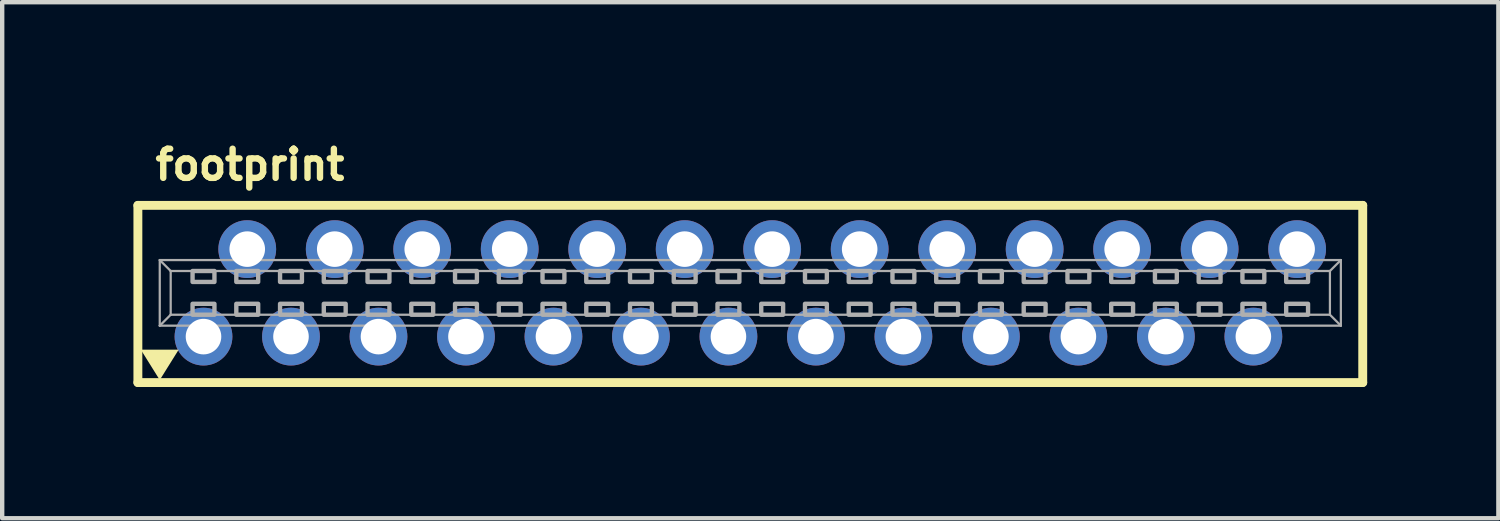
<source format=kicad_pcb>
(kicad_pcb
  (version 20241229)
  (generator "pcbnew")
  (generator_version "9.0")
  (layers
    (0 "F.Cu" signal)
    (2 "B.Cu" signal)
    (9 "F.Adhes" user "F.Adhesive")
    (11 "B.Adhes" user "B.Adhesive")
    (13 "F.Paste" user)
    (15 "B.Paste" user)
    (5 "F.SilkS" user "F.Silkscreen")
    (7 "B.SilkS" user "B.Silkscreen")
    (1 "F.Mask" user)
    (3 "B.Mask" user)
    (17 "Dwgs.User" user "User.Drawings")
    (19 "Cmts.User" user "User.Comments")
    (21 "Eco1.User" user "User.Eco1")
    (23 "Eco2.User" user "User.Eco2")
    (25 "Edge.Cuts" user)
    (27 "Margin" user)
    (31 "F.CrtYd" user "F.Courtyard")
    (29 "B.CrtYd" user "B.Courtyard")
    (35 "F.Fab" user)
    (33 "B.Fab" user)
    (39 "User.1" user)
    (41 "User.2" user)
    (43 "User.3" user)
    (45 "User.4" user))
  (footprint "footprint"
    (layer "F.Cu")
    (at 14.102 3.645)
    (property "Reference" "footprint" (at -13.675 -2.54 0) (layer "F.SilkS") (effects (font (size 0.666 0.666) (thickness 0.146)) (justify left bottom)))
    (fp_line (start -14 -2) (end -14 2.05) (stroke (width 0.203) (type solid)) (layer "F.SilkS"))
    (fp_line (start -14 2.05) (end 14 2.05) (stroke (width 0.203) (type solid)) (layer "F.SilkS"))
    (fp_line (start 14 -2) (end -14 -2) (stroke (width 0.203) (type solid)) (layer "F.SilkS"))
    (fp_line (start 14 -2) (end 14 2.05) (stroke (width 0.203) (type solid)) (layer "F.SilkS"))
    (fp_poly (pts (xy -13.5 1.992) (xy -13.933 1.298) (xy -13.067 1.298)) (stroke (width 0) (type solid)) (fill yes) (layer "F.SilkS"))
    (fp_line (start -13.5 -0.75) (end 13.5 -0.75) (stroke (width 0.051) (type solid)) (layer "F.Fab"))
    (fp_line (start -13.5 0.75) (end -13.5 -0.75) (stroke (width 0.051) (type solid)) (layer "F.Fab"))
    (fp_line (start -13.25 -0.5) (end -13.5 -0.75) (stroke (width 0.051) (type solid)) (layer "F.Fab"))
    (fp_line (start -13.25 -0.5) (end 13.25 -0.5) (stroke (width 0.051) (type solid)) (layer "F.Fab"))
    (fp_line (start -13.25 0.5) (end -13.5 0.75) (stroke (width 0.051) (type solid)) (layer "F.Fab"))
    (fp_line (start -13.25 0.5) (end -13.25 -0.5) (stroke (width 0.051) (type solid)) (layer "F.Fab"))
    (fp_line (start 13.25 -0.5) (end 13.25 0.5) (stroke (width 0.051) (type solid)) (layer "F.Fab"))
    (fp_line (start 13.25 -0.5) (end 13.5 -0.75) (stroke (width 0.051) (type solid)) (layer "F.Fab"))
    (fp_line (start 13.25 0.5) (end -13.25 0.5) (stroke (width 0.051) (type solid)) (layer "F.Fab"))
    (fp_line (start 13.25 0.5) (end 13.5 0.75) (stroke (width 0.051) (type solid)) (layer "F.Fab"))
    (fp_line (start 13.5 -0.75) (end 13.5 0.75) (stroke (width 0.051) (type solid)) (layer "F.Fab"))
    (fp_line (start 13.5 0.75) (end -13.5 0.75) (stroke (width 0.051) (type solid)) (layer "F.Fab"))
    (fp_poly (pts (xy -12.75 -0.25) (xy -12.25 -0.25) (xy -12.25 -0.5) (xy -12.75 -0.5)) (stroke (width 0.1) (type solid)) (fill no) (layer "F.Fab"))
    (fp_poly (pts (xy -12.75 0.5) (xy -12.25 0.5) (xy -12.25 0.25) (xy -12.75 0.25)) (stroke (width 0.1) (type solid)) (fill no) (layer "F.Fab"))
    (fp_poly (pts (xy -11.75 -0.25) (xy -11.25 -0.25) (xy -11.25 -0.5) (xy -11.75 -0.5)) (stroke (width 0.1) (type solid)) (fill no) (layer "F.Fab"))
    (fp_poly (pts (xy -11.75 0.5) (xy -11.25 0.5) (xy -11.25 0.25) (xy -11.75 0.25)) (stroke (width 0.1) (type solid)) (fill no) (layer "F.Fab"))
    (fp_poly (pts (xy -10.75 -0.25) (xy -10.25 -0.25) (xy -10.25 -0.5) (xy -10.75 -0.5)) (stroke (width 0.1) (type solid)) (fill no) (layer "F.Fab"))
    (fp_poly (pts (xy -10.75 0.5) (xy -10.25 0.5) (xy -10.25 0.25) (xy -10.75 0.25)) (stroke (width 0.1) (type solid)) (fill no) (layer "F.Fab"))
    (fp_poly (pts (xy -9.75 -0.25) (xy -9.25 -0.25) (xy -9.25 -0.5) (xy -9.75 -0.5)) (stroke (width 0.1) (type solid)) (fill no) (layer "F.Fab"))
    (fp_poly (pts (xy -9.75 0.5) (xy -9.25 0.5) (xy -9.25 0.25) (xy -9.75 0.25)) (stroke (width 0.1) (type solid)) (fill no) (layer "F.Fab"))
    (fp_poly (pts (xy -8.75 -0.25) (xy -8.25 -0.25) (xy -8.25 -0.5) (xy -8.75 -0.5)) (stroke (width 0.1) (type solid)) (fill no) (layer "F.Fab"))
    (fp_poly (pts (xy -8.75 0.5) (xy -8.25 0.5) (xy -8.25 0.25) (xy -8.75 0.25)) (stroke (width 0.1) (type solid)) (fill no) (layer "F.Fab"))
    (fp_poly (pts (xy -7.75 -0.25) (xy -7.25 -0.25) (xy -7.25 -0.5) (xy -7.75 -0.5)) (stroke (width 0.1) (type solid)) (fill no) (layer "F.Fab"))
    (fp_poly (pts (xy -7.75 0.5) (xy -7.25 0.5) (xy -7.25 0.25) (xy -7.75 0.25)) (stroke (width 0.1) (type solid)) (fill no) (layer "F.Fab"))
    (fp_poly (pts (xy -6.75 -0.25) (xy -6.25 -0.25) (xy -6.25 -0.5) (xy -6.75 -0.5)) (stroke (width 0.1) (type solid)) (fill no) (layer "F.Fab"))
    (fp_poly (pts (xy -6.75 0.5) (xy -6.25 0.5) (xy -6.25 0.25) (xy -6.75 0.25)) (stroke (width 0.1) (type solid)) (fill no) (layer "F.Fab"))
    (fp_poly (pts (xy -5.75 -0.25) (xy -5.25 -0.25) (xy -5.25 -0.5) (xy -5.75 -0.5)) (stroke (width 0.1) (type solid)) (fill no) (layer "F.Fab"))
    (fp_poly (pts (xy -5.75 0.5) (xy -5.25 0.5) (xy -5.25 0.25) (xy -5.75 0.25)) (stroke (width 0.1) (type solid)) (fill no) (layer "F.Fab"))
    (fp_poly (pts (xy -4.75 -0.25) (xy -4.25 -0.25) (xy -4.25 -0.5) (xy -4.75 -0.5)) (stroke (width 0.1) (type solid)) (fill no) (layer "F.Fab"))
    (fp_poly (pts (xy -4.75 0.5) (xy -4.25 0.5) (xy -4.25 0.25) (xy -4.75 0.25)) (stroke (width 0.1) (type solid)) (fill no) (layer "F.Fab"))
    (fp_poly (pts (xy -3.75 -0.25) (xy -3.25 -0.25) (xy -3.25 -0.5) (xy -3.75 -0.5)) (stroke (width 0.1) (type solid)) (fill no) (layer "F.Fab"))
    (fp_poly (pts (xy -3.75 0.5) (xy -3.25 0.5) (xy -3.25 0.25) (xy -3.75 0.25)) (stroke (width 0.1) (type solid)) (fill no) (layer "F.Fab"))
    (fp_poly (pts (xy -2.75 -0.25) (xy -2.25 -0.25) (xy -2.25 -0.5) (xy -2.75 -0.5)) (stroke (width 0.1) (type solid)) (fill no) (layer "F.Fab"))
    (fp_poly (pts (xy -2.75 0.5) (xy -2.25 0.5) (xy -2.25 0.25) (xy -2.75 0.25)) (stroke (width 0.1) (type solid)) (fill no) (layer "F.Fab"))
    (fp_poly (pts (xy -1.75 -0.25) (xy -1.25 -0.25) (xy -1.25 -0.5) (xy -1.75 -0.5)) (stroke (width 0.1) (type solid)) (fill no) (layer "F.Fab"))
    (fp_poly (pts (xy -1.75 0.5) (xy -1.25 0.5) (xy -1.25 0.25) (xy -1.75 0.25)) (stroke (width 0.1) (type solid)) (fill no) (layer "F.Fab"))
    (fp_poly (pts (xy -0.75 -0.25) (xy -0.25 -0.25) (xy -0.25 -0.5) (xy -0.75 -0.5)) (stroke (width 0.1) (type solid)) (fill no) (layer "F.Fab"))
    (fp_poly (pts (xy -0.75 0.5) (xy -0.25 0.5) (xy -0.25 0.25) (xy -0.75 0.25)) (stroke (width 0.1) (type solid)) (fill no) (layer "F.Fab"))
    (fp_poly (pts (xy 0.25 -0.25) (xy 0.75 -0.25) (xy 0.75 -0.5) (xy 0.25 -0.5)) (stroke (width 0.1) (type solid)) (fill no) (layer "F.Fab"))
    (fp_poly (pts (xy 0.25 0.5) (xy 0.75 0.5) (xy 0.75 0.25) (xy 0.25 0.25)) (stroke (width 0.1) (type solid)) (fill no) (layer "F.Fab"))
    (fp_poly (pts (xy 1.25 -0.25) (xy 1.75 -0.25) (xy 1.75 -0.5) (xy 1.25 -0.5)) (stroke (width 0.1) (type solid)) (fill no) (layer "F.Fab"))
    (fp_poly (pts (xy 1.25 0.5) (xy 1.75 0.5) (xy 1.75 0.25) (xy 1.25 0.25)) (stroke (width 0.1) (type solid)) (fill no) (layer "F.Fab"))
    (fp_poly (pts (xy 2.25 -0.25) (xy 2.75 -0.25) (xy 2.75 -0.5) (xy 2.25 -0.5)) (stroke (width 0.1) (type solid)) (fill no) (layer "F.Fab"))
    (fp_poly (pts (xy 2.25 0.5) (xy 2.75 0.5) (xy 2.75 0.25) (xy 2.25 0.25)) (stroke (width 0.1) (type solid)) (fill no) (layer "F.Fab"))
    (fp_poly (pts (xy 3.25 -0.25) (xy 3.75 -0.25) (xy 3.75 -0.5) (xy 3.25 -0.5)) (stroke (width 0.1) (type solid)) (fill no) (layer "F.Fab"))
    (fp_poly (pts (xy 3.25 0.5) (xy 3.75 0.5) (xy 3.75 0.25) (xy 3.25 0.25)) (stroke (width 0.1) (type solid)) (fill no) (layer "F.Fab"))
    (fp_poly (pts (xy 4.25 -0.25) (xy 4.75 -0.25) (xy 4.75 -0.5) (xy 4.25 -0.5)) (stroke (width 0.1) (type solid)) (fill no) (layer "F.Fab"))
    (fp_poly (pts (xy 4.25 0.5) (xy 4.75 0.5) (xy 4.75 0.25) (xy 4.25 0.25)) (stroke (width 0.1) (type solid)) (fill no) (layer "F.Fab"))
    (fp_poly (pts (xy 5.25 -0.25) (xy 5.75 -0.25) (xy 5.75 -0.5) (xy 5.25 -0.5)) (stroke (width 0.1) (type solid)) (fill no) (layer "F.Fab"))
    (fp_poly (pts (xy 5.25 0.5) (xy 5.75 0.5) (xy 5.75 0.25) (xy 5.25 0.25)) (stroke (width 0.1) (type solid)) (fill no) (layer "F.Fab"))
    (fp_poly (pts (xy 6.25 -0.25) (xy 6.75 -0.25) (xy 6.75 -0.5) (xy 6.25 -0.5)) (stroke (width 0.1) (type solid)) (fill no) (layer "F.Fab"))
    (fp_poly (pts (xy 6.25 0.5) (xy 6.75 0.5) (xy 6.75 0.25) (xy 6.25 0.25)) (stroke (width 0.1) (type solid)) (fill no) (layer "F.Fab"))
    (fp_poly (pts (xy 7.25 -0.25) (xy 7.75 -0.25) (xy 7.75 -0.5) (xy 7.25 -0.5)) (stroke (width 0.1) (type solid)) (fill no) (layer "F.Fab"))
    (fp_poly (pts (xy 7.25 0.5) (xy 7.75 0.5) (xy 7.75 0.25) (xy 7.25 0.25)) (stroke (width 0.1) (type solid)) (fill no) (layer "F.Fab"))
    (fp_poly (pts (xy 8.25 -0.25) (xy 8.75 -0.25) (xy 8.75 -0.5) (xy 8.25 -0.5)) (stroke (width 0.1) (type solid)) (fill no) (layer "F.Fab"))
    (fp_poly (pts (xy 8.25 0.5) (xy 8.75 0.5) (xy 8.75 0.25) (xy 8.25 0.25)) (stroke (width 0.1) (type solid)) (fill no) (layer "F.Fab"))
    (fp_poly (pts (xy 9.25 -0.25) (xy 9.75 -0.25) (xy 9.75 -0.5) (xy 9.25 -0.5)) (stroke (width 0.1) (type solid)) (fill no) (layer "F.Fab"))
    (fp_poly (pts (xy 9.25 0.5) (xy 9.75 0.5) (xy 9.75 0.25) (xy 9.25 0.25)) (stroke (width 0.1) (type solid)) (fill no) (layer "F.Fab"))
    (fp_poly (pts (xy 10.25 -0.25) (xy 10.75 -0.25) (xy 10.75 -0.5) (xy 10.25 -0.5)) (stroke (width 0.1) (type solid)) (fill no) (layer "F.Fab"))
    (fp_poly (pts (xy 10.25 0.5) (xy 10.75 0.5) (xy 10.75 0.25) (xy 10.25 0.25)) (stroke (width 0.1) (type solid)) (fill no) (layer "F.Fab"))
    (fp_poly (pts (xy 11.25 -0.25) (xy 11.75 -0.25) (xy 11.75 -0.5) (xy 11.25 -0.5)) (stroke (width 0.1) (type solid)) (fill no) (layer "F.Fab"))
    (fp_poly (pts (xy 11.25 0.5) (xy 11.75 0.5) (xy 11.75 0.25) (xy 11.25 0.25)) (stroke (width 0.1) (type solid)) (fill no) (layer "F.Fab"))
    (fp_poly (pts (xy 12.25 -0.25) (xy 12.75 -0.25) (xy 12.75 -0.5) (xy 12.25 -0.5)) (stroke (width 0.1) (type solid)) (fill no) (layer "F.Fab"))
    (fp_poly (pts (xy 12.25 0.5) (xy 12.75 0.5) (xy 12.75 0.25) (xy 12.25 0.25)) (stroke (width 0.1) (type solid)) (fill no) (layer "F.Fab"))
    (pad "1" thru_hole circle (at -12.5 1) (size 1.321 1.321) (drill 0.813) (layers "*.Cu" "*.Mask"))
    (pad "2" thru_hole circle (at -11.5 -1) (size 1.321 1.321) (drill 0.813) (layers "*.Cu" "*.Mask"))
    (pad "3" thru_hole circle (at -10.5 1) (size 1.321 1.321) (drill 0.813) (layers "*.Cu" "*.Mask"))
    (pad "4" thru_hole circle (at -9.5 -1) (size 1.321 1.321) (drill 0.813) (layers "*.Cu" "*.Mask"))
    (pad "5" thru_hole circle (at -8.5 1) (size 1.321 1.321) (drill 0.813) (layers "*.Cu" "*.Mask"))
    (pad "6" thru_hole circle (at -7.5 -1) (size 1.321 1.321) (drill 0.813) (layers "*.Cu" "*.Mask"))
    (pad "7" thru_hole circle (at -6.5 1) (size 1.321 1.321) (drill 0.813) (layers "*.Cu" "*.Mask"))
    (pad "8" thru_hole circle (at -5.5 -1) (size 1.321 1.321) (drill 0.813) (layers "*.Cu" "*.Mask"))
    (pad "9" thru_hole circle (at -4.5 1) (size 1.321 1.321) (drill 0.813) (layers "*.Cu" "*.Mask"))
    (pad "10" thru_hole circle (at -3.5 -1) (size 1.321 1.321) (drill 0.813) (layers "*.Cu" "*.Mask"))
    (pad "11" thru_hole circle (at -2.5 1) (size 1.321 1.321) (drill 0.813) (layers "*.Cu" "*.Mask"))
    (pad "12" thru_hole circle (at -1.5 -1) (size 1.321 1.321) (drill 0.813) (layers "*.Cu" "*.Mask"))
    (pad "13" thru_hole circle (at -0.5 1) (size 1.321 1.321) (drill 0.813) (layers "*.Cu" "*.Mask"))
    (pad "14" thru_hole circle (at 0.5 -1) (size 1.321 1.321) (drill 0.813) (layers "*.Cu" "*.Mask"))
    (pad "15" thru_hole circle (at 1.5 1) (size 1.321 1.321) (drill 0.813) (layers "*.Cu" "*.Mask"))
    (pad "16" thru_hole circle (at 2.5 -1) (size 1.321 1.321) (drill 0.813) (layers "*.Cu" "*.Mask"))
    (pad "17" thru_hole circle (at 3.5 1) (size 1.321 1.321) (drill 0.813) (layers "*.Cu" "*.Mask"))
    (pad "18" thru_hole circle (at 4.5 -1) (size 1.321 1.321) (drill 0.813) (layers "*.Cu" "*.Mask"))
    (pad "19" thru_hole circle (at 5.5 1) (size 1.321 1.321) (drill 0.813) (layers "*.Cu" "*.Mask"))
    (pad "20" thru_hole circle (at 6.5 -1) (size 1.321 1.321) (drill 0.813) (layers "*.Cu" "*.Mask"))
    (pad "21" thru_hole circle (at 7.5 1) (size 1.321 1.321) (drill 0.813) (layers "*.Cu" "*.Mask"))
    (pad "22" thru_hole circle (at 8.5 -1) (size 1.321 1.321) (drill 0.813) (layers "*.Cu" "*.Mask"))
    (pad "23" thru_hole circle (at 9.5 1) (size 1.321 1.321) (drill 0.813) (layers "*.Cu" "*.Mask"))
    (pad "24" thru_hole circle (at 10.5 -1) (size 1.321 1.321) (drill 0.813) (layers "*.Cu" "*.Mask"))
    (pad "25" thru_hole circle (at 11.5 1) (size 1.321 1.321) (drill 0.813) (layers "*.Cu" "*.Mask"))
    (pad "26" thru_hole circle (at 12.5 -1) (size 1.321 1.321) (drill 0.813) (layers "*.Cu" "*.Mask")))
  (gr_rect
    (start -3 -3)
    (end 31.203 8.797)
    (stroke (width 0.1) (type default))
    (fill no)
    (layer "Edge.Cuts")))
</source>
